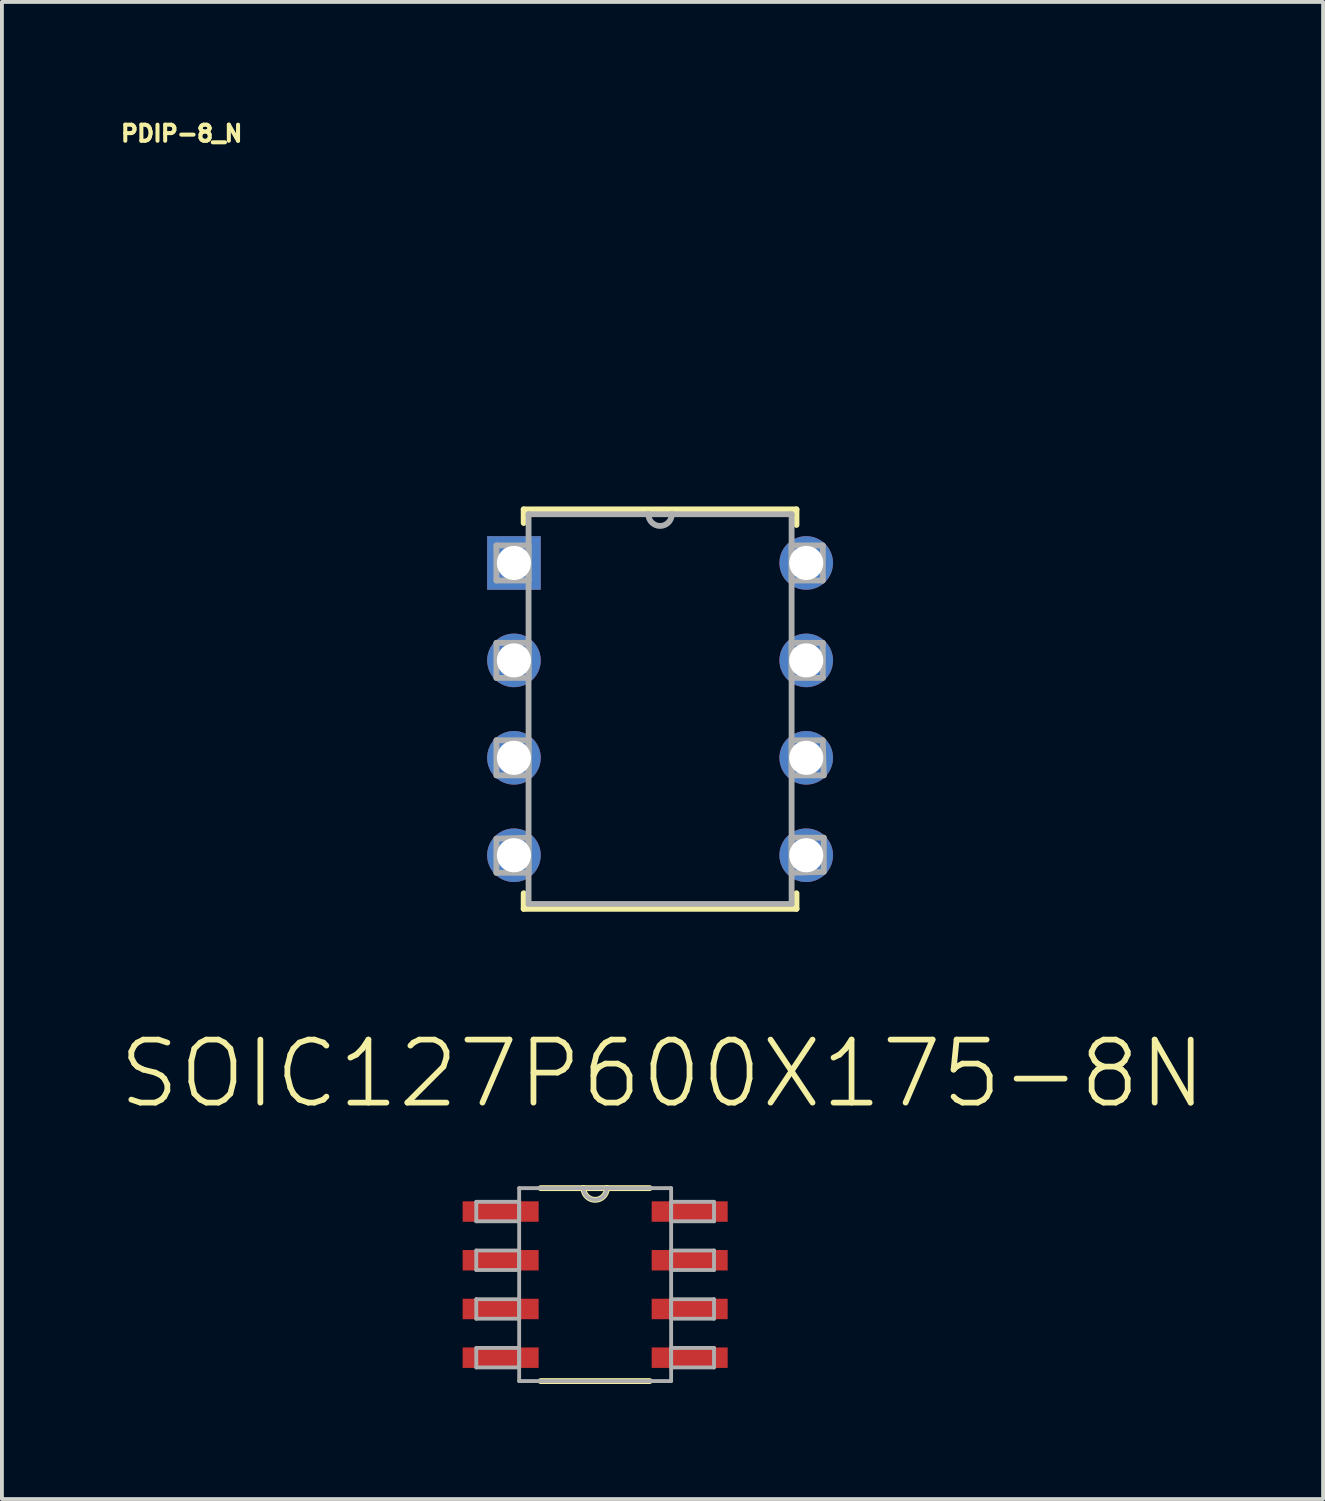
<source format=kicad_pcb>
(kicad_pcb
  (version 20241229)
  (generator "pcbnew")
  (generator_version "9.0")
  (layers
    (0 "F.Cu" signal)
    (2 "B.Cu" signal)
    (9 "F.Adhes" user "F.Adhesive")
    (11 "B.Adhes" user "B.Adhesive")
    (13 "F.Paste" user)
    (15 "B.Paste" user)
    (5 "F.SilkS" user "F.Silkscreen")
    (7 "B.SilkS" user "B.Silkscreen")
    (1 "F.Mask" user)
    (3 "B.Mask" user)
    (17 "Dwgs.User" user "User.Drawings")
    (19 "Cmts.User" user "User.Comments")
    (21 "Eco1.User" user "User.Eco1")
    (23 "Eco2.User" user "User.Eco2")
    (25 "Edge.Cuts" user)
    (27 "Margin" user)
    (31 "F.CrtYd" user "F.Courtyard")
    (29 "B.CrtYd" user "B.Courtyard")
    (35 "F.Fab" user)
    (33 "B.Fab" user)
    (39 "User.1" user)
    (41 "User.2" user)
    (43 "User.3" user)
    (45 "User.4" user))
  (footprint "PDIP-8_N"
    (layer "F.Cu")
    (at 17.969 19.247)
    (property "Reference" "PDIP-8_N" (at -16.283 -18.816 0) (layer "F.SilkS") (effects (font (size 0.42 0.42) (thickness 0.15))))
    (attr through_hole)
    (fp_line (start -7.366 -9.017) (end -7.366 -8.661) (stroke (width 0.152) (type solid)) (layer "F.SilkS"))
    (fp_line (start -7.366 0.991) (end -7.366 1.397) (stroke (width 0.152) (type solid)) (layer "F.SilkS"))
    (fp_line (start -7.366 1.397) (end -0.254 1.397) (stroke (width 0.152) (type solid)) (layer "F.SilkS"))
    (fp_line (start -0.254 -9.017) (end -7.366 -9.017) (stroke (width 0.152) (type solid)) (layer "F.SilkS"))
    (fp_line (start -0.254 -8.611) (end -0.254 -9.017) (stroke (width 0.152) (type solid)) (layer "F.SilkS"))
    (fp_line (start -0.254 1.397) (end -0.254 0.991) (stroke (width 0.152) (type solid)) (layer "F.SilkS"))
    (fp_line (start -8.077 -8.077) (end -8.077 -7.163) (stroke (width 0.152) (type solid)) (layer "F.Fab"))
    (fp_line (start -8.077 -7.163) (end -7.239 -7.163) (stroke (width 0.152) (type solid)) (layer "F.Fab"))
    (fp_line (start -8.077 -5.537) (end -8.077 -4.623) (stroke (width 0.152) (type solid)) (layer "F.Fab"))
    (fp_line (start -8.077 -4.623) (end -7.239 -4.623) (stroke (width 0.152) (type solid)) (layer "F.Fab"))
    (fp_line (start -8.077 -2.997) (end -8.077 -2.083) (stroke (width 0.152) (type solid)) (layer "F.Fab"))
    (fp_line (start -8.077 -2.083) (end -7.239 -2.083) (stroke (width 0.152) (type solid)) (layer "F.Fab"))
    (fp_line (start -8.077 -0.432) (end -8.077 0.457) (stroke (width 0.152) (type solid)) (layer "F.Fab"))
    (fp_line (start -8.077 0.457) (end -7.239 0.457) (stroke (width 0.152) (type solid)) (layer "F.Fab"))
    (fp_line (start -7.239 -8.89) (end -7.239 1.27) (stroke (width 0.152) (type solid)) (layer "F.Fab"))
    (fp_line (start -7.239 -8.077) (end -8.077 -8.077) (stroke (width 0.152) (type solid)) (layer "F.Fab"))
    (fp_line (start -7.239 -7.163) (end -7.239 -8.077) (stroke (width 0.152) (type solid)) (layer "F.Fab"))
    (fp_line (start -7.239 -5.537) (end -8.077 -5.537) (stroke (width 0.152) (type solid)) (layer "F.Fab"))
    (fp_line (start -7.239 -4.623) (end -7.239 -5.537) (stroke (width 0.152) (type solid)) (layer "F.Fab"))
    (fp_line (start -7.239 -2.997) (end -8.077 -2.997) (stroke (width 0.152) (type solid)) (layer "F.Fab"))
    (fp_line (start -7.239 -2.083) (end -7.239 -2.997) (stroke (width 0.152) (type solid)) (layer "F.Fab"))
    (fp_line (start -7.239 -0.457) (end -8.077 -0.432) (stroke (width 0.152) (type solid)) (layer "F.Fab"))
    (fp_line (start -7.239 0.457) (end -7.239 -0.457) (stroke (width 0.152) (type solid)) (layer "F.Fab"))
    (fp_line (start -7.239 1.27) (end -0.381 1.27) (stroke (width 0.152) (type solid)) (layer "F.Fab"))
    (fp_line (start -4.115 -8.89) (end -7.239 -8.89) (stroke (width 0.152) (type solid)) (layer "F.Fab"))
    (fp_line (start -3.505 -8.89) (end -4.115 -8.89) (stroke (width 0.152) (type solid)) (layer "F.Fab"))
    (fp_line (start -0.381 -8.89) (end -3.505 -8.89) (stroke (width 0.152) (type solid)) (layer "F.Fab"))
    (fp_line (start -0.381 -8.077) (end -0.381 -7.163) (stroke (width 0.152) (type solid)) (layer "F.Fab"))
    (fp_line (start -0.381 -7.163) (end 0.432 -7.163) (stroke (width 0.152) (type solid)) (layer "F.Fab"))
    (fp_line (start -0.381 -5.537) (end -0.381 -4.623) (stroke (width 0.152) (type solid)) (layer "F.Fab"))
    (fp_line (start -0.381 -4.623) (end 0.432 -4.623) (stroke (width 0.152) (type solid)) (layer "F.Fab"))
    (fp_line (start -0.381 -2.997) (end -0.381 -2.083) (stroke (width 0.152) (type solid)) (layer "F.Fab"))
    (fp_line (start -0.381 -2.083) (end 0.457 -2.083) (stroke (width 0.152) (type solid)) (layer "F.Fab"))
    (fp_line (start -0.381 -0.457) (end -0.381 0.457) (stroke (width 0.152) (type solid)) (layer "F.Fab"))
    (fp_line (start -0.381 0.457) (end 0.457 0.432) (stroke (width 0.152) (type solid)) (layer "F.Fab"))
    (fp_line (start -0.381 1.27) (end -0.381 -8.89) (stroke (width 0.152) (type solid)) (layer "F.Fab"))
    (fp_line (start 0.432 -8.077) (end -0.381 -8.077) (stroke (width 0.152) (type solid)) (layer "F.Fab"))
    (fp_line (start 0.432 -7.163) (end 0.432 -8.077) (stroke (width 0.152) (type solid)) (layer "F.Fab"))
    (fp_line (start 0.432 -5.537) (end -0.381 -5.537) (stroke (width 0.152) (type solid)) (layer "F.Fab"))
    (fp_line (start 0.432 -4.623) (end 0.432 -5.537) (stroke (width 0.152) (type solid)) (layer "F.Fab"))
    (fp_line (start 0.432 -2.997) (end -0.381 -2.997) (stroke (width 0.152) (type solid)) (layer "F.Fab"))
    (fp_line (start 0.457 -2.083) (end 0.432 -2.997) (stroke (width 0.152) (type solid)) (layer "F.Fab"))
    (fp_line (start 0.457 -0.457) (end -0.381 -0.457) (stroke (width 0.152) (type solid)) (layer "F.Fab"))
    (fp_line (start 0.457 0.432) (end 0.457 -0.457) (stroke (width 0.152) (type solid)) (layer "F.Fab"))
    (fp_arc (start -3.5052 -8.89) (mid -3.81 -8.5852) (end -4.1148 -8.89) (stroke (width 0.1524) (type solid)) (layer "F.Fab"))
    (pad "1" thru_hole rect (at -7.62 -7.62) (size 1.397 1.397) (drill 0.889) (layers "*.Cu" "*.Mask"))
    (pad "2" thru_hole circle (at -7.62 -5.08) (size 1.397 1.397) (drill 0.889) (layers "*.Cu" "*.Mask"))
    (pad "3" thru_hole circle (at -7.62 -2.54) (size 1.397 1.397) (drill 0.889) (layers "*.Cu" "*.Mask"))
    (pad "4" thru_hole circle (at -7.62 0) (size 1.397 1.397) (drill 0.889) (layers "*.Cu" "*.Mask"))
    (pad "5" thru_hole circle (at 0 0) (size 1.397 1.397) (drill 0.889) (layers "*.Cu" "*.Mask"))
    (pad "6" thru_hole circle (at 0 -2.54) (size 1.397 1.397) (drill 0.889) (layers "*.Cu" "*.Mask"))
    (pad "7" thru_hole circle (at 0 -5.08) (size 1.397 1.397) (drill 0.889) (layers "*.Cu" "*.Mask"))
    (pad "8" thru_hole circle (at 0 -7.62) (size 1.397 1.397) (drill 0.889) (layers "*.Cu" "*.Mask")))
  (footprint "SOIC127P600X175-8N"
    (layer "F.Cu")
    (at 12.466 30.441)
    (property "Reference" "SOIC127P600X175-8N" (at 1.756 -5.497 0) (layer "F.SilkS") (effects (font (size 1.643 1.643) (thickness 0.15))))
    (attr smd)
    (fp_line (start -1.422 2.515) (end 1.422 2.515) (stroke (width 0.152) (type solid)) (layer "F.SilkS"))
    (fp_line (start -0.305 -2.515) (end -1.422 -2.515) (stroke (width 0.152) (type solid)) (layer "F.SilkS"))
    (fp_line (start 0.305 -2.515) (end -0.305 -2.515) (stroke (width 0.152) (type solid)) (layer "F.SilkS"))
    (fp_line (start 1.422 -2.515) (end 0.305 -2.515) (stroke (width 0.152) (type solid)) (layer "F.SilkS"))
    (fp_arc (start 0.3048 -2.5146) (mid 0 -2.2098) (end -0.3048 -2.5146) (stroke (width 0.1524) (type solid)) (layer "F.SilkS"))
    (fp_line (start -3.099 -2.159) (end -3.099 -1.651) (stroke (width 0.1) (type solid)) (layer "F.Fab"))
    (fp_line (start -3.099 -1.651) (end -1.981 -1.651) (stroke (width 0.1) (type solid)) (layer "F.Fab"))
    (fp_line (start -3.099 -0.889) (end -3.099 -0.381) (stroke (width 0.1) (type solid)) (layer "F.Fab"))
    (fp_line (start -3.099 -0.381) (end -1.981 -0.381) (stroke (width 0.1) (type solid)) (layer "F.Fab"))
    (fp_line (start -3.099 0.381) (end -3.099 0.889) (stroke (width 0.1) (type solid)) (layer "F.Fab"))
    (fp_line (start -3.099 0.889) (end -1.981 0.889) (stroke (width 0.1) (type solid)) (layer "F.Fab"))
    (fp_line (start -3.099 1.651) (end -3.099 2.159) (stroke (width 0.1) (type solid)) (layer "F.Fab"))
    (fp_line (start -3.099 2.159) (end -1.981 2.159) (stroke (width 0.1) (type solid)) (layer "F.Fab"))
    (fp_line (start -1.981 -2.515) (end -1.981 2.515) (stroke (width 0.1) (type solid)) (layer "F.Fab"))
    (fp_line (start -1.981 -2.159) (end -3.099 -2.159) (stroke (width 0.1) (type solid)) (layer "F.Fab"))
    (fp_line (start -1.981 -1.651) (end -1.981 -2.159) (stroke (width 0.1) (type solid)) (layer "F.Fab"))
    (fp_line (start -1.981 -0.889) (end -3.099 -0.889) (stroke (width 0.1) (type solid)) (layer "F.Fab"))
    (fp_line (start -1.981 -0.381) (end -1.981 -0.889) (stroke (width 0.1) (type solid)) (layer "F.Fab"))
    (fp_line (start -1.981 0.381) (end -3.099 0.381) (stroke (width 0.1) (type solid)) (layer "F.Fab"))
    (fp_line (start -1.981 0.889) (end -1.981 0.381) (stroke (width 0.1) (type solid)) (layer "F.Fab"))
    (fp_line (start -1.981 1.651) (end -3.099 1.651) (stroke (width 0.1) (type solid)) (layer "F.Fab"))
    (fp_line (start -1.981 2.159) (end -1.981 1.651) (stroke (width 0.1) (type solid)) (layer "F.Fab"))
    (fp_line (start -1.981 2.515) (end 1.981 2.515) (stroke (width 0.1) (type solid)) (layer "F.Fab"))
    (fp_line (start -0.305 -2.515) (end -1.981 -2.515) (stroke (width 0.1) (type solid)) (layer "F.Fab"))
    (fp_line (start 0.305 -2.515) (end -0.305 -2.515) (stroke (width 0.1) (type solid)) (layer "F.Fab"))
    (fp_line (start 1.981 -2.515) (end 0.305 -2.515) (stroke (width 0.1) (type solid)) (layer "F.Fab"))
    (fp_line (start 1.981 -2.159) (end 1.981 -1.651) (stroke (width 0.1) (type solid)) (layer "F.Fab"))
    (fp_line (start 1.981 -1.651) (end 3.099 -1.651) (stroke (width 0.1) (type solid)) (layer "F.Fab"))
    (fp_line (start 1.981 -0.889) (end 1.981 -0.381) (stroke (width 0.1) (type solid)) (layer "F.Fab"))
    (fp_line (start 1.981 -0.381) (end 3.099 -0.381) (stroke (width 0.1) (type solid)) (layer "F.Fab"))
    (fp_line (start 1.981 0.381) (end 1.981 0.889) (stroke (width 0.1) (type solid)) (layer "F.Fab"))
    (fp_line (start 1.981 0.889) (end 3.099 0.889) (stroke (width 0.1) (type solid)) (layer "F.Fab"))
    (fp_line (start 1.981 1.651) (end 1.981 2.159) (stroke (width 0.1) (type solid)) (layer "F.Fab"))
    (fp_line (start 1.981 2.159) (end 3.099 2.159) (stroke (width 0.1) (type solid)) (layer "F.Fab"))
    (fp_line (start 1.981 2.515) (end 1.981 -2.515) (stroke (width 0.1) (type solid)) (layer "F.Fab"))
    (fp_line (start 3.099 -2.159) (end 1.981 -2.159) (stroke (width 0.1) (type solid)) (layer "F.Fab"))
    (fp_line (start 3.099 -1.651) (end 3.099 -2.159) (stroke (width 0.1) (type solid)) (layer "F.Fab"))
    (fp_line (start 3.099 -0.889) (end 1.981 -0.889) (stroke (width 0.1) (type solid)) (layer "F.Fab"))
    (fp_line (start 3.099 -0.381) (end 3.099 -0.889) (stroke (width 0.1) (type solid)) (layer "F.Fab"))
    (fp_line (start 3.099 0.381) (end 1.981 0.381) (stroke (width 0.1) (type solid)) (layer "F.Fab"))
    (fp_line (start 3.099 0.889) (end 3.099 0.381) (stroke (width 0.1) (type solid)) (layer "F.Fab"))
    (fp_line (start 3.099 1.651) (end 1.981 1.651) (stroke (width 0.1) (type solid)) (layer "F.Fab"))
    (fp_line (start 3.099 2.159) (end 3.099 1.651) (stroke (width 0.1) (type solid)) (layer "F.Fab"))
    (fp_arc (start 0.3048 -2.5146) (mid 0 -2.2098) (end -0.3048 -2.5146) (stroke (width 0.1) (type solid)) (layer "F.Fab"))
    (pad "1" smd rect (at -2.464 -1.905) (size 1.981 0.533) (layers "F.Cu" "F.Mask" "F.Paste"))
    (pad "2" smd rect (at -2.464 -0.635) (size 1.981 0.533) (layers "F.Cu" "F.Mask" "F.Paste"))
    (pad "3" smd rect (at -2.464 0.635) (size 1.981 0.533) (layers "F.Cu" "F.Mask" "F.Paste"))
    (pad "4" smd rect (at -2.464 1.905) (size 1.981 0.533) (layers "F.Cu" "F.Mask" "F.Paste"))
    (pad "5" smd rect (at 2.464 1.905) (size 1.981 0.533) (layers "F.Cu" "F.Mask" "F.Paste"))
    (pad "6" smd rect (at 2.464 0.635) (size 1.981 0.533) (layers "F.Cu" "F.Mask" "F.Paste"))
    (pad "7" smd rect (at 2.464 -0.635) (size 1.981 0.533) (layers "F.Cu" "F.Mask" "F.Paste"))
    (pad "8" smd rect (at 2.464 -1.905) (size 1.981 0.533) (layers "F.Cu" "F.Mask" "F.Paste")))
  (gr_rect
    (start -3 -3)
    (end 31.444 36.031)
    (stroke (width 0.1) (type default))
    (fill no)
    (layer "Edge.Cuts")))
</source>
